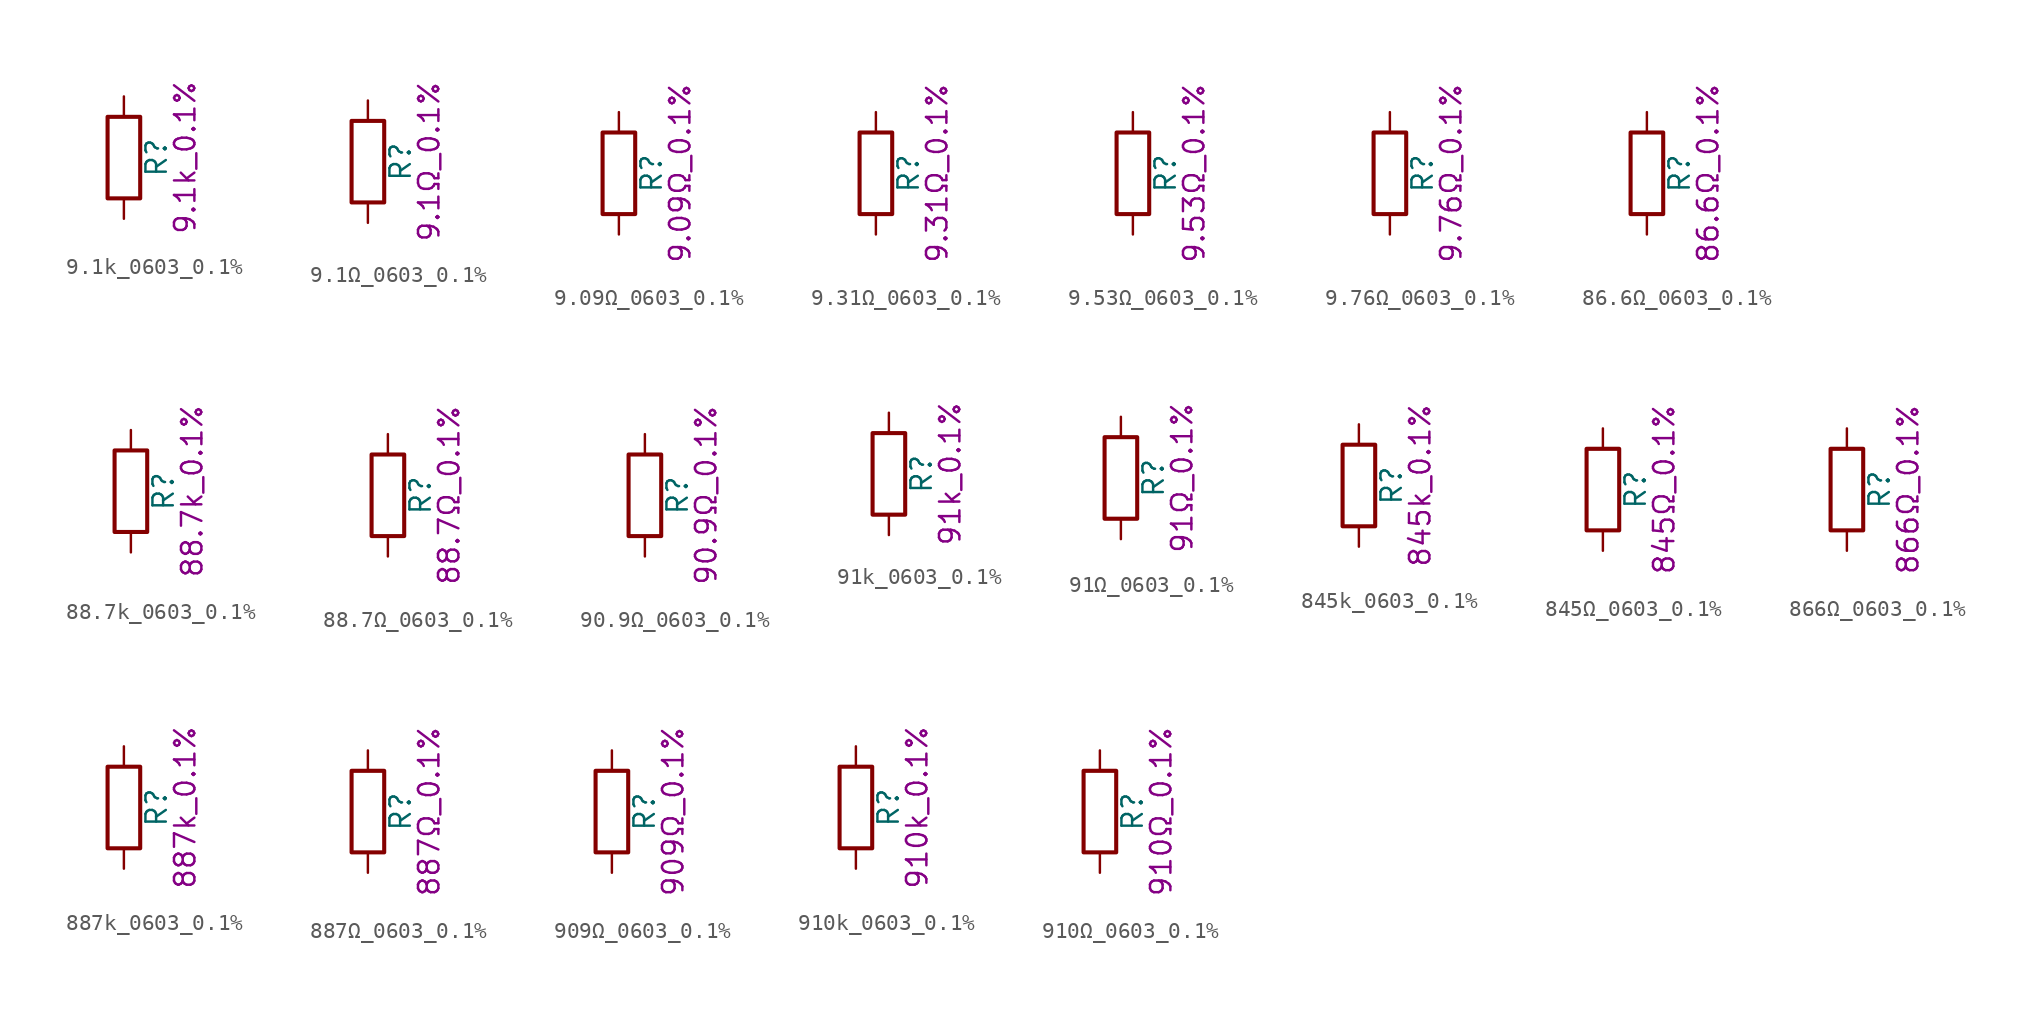
<source format=kicad_sym>
(kicad_symbol_lib
  (version 20211014)
  (generator kicad_symbol_editor)
  (symbol "9.1k_0603_0.1%"
    (pin_numbers hide)
    (pin_names
      (offset 0))
    (property "Reference" "R"
      (at 2.032 0 90)
      (effects (font (size 1.27 1.27))))
    (property "Display" "9.1k_0.1%"
      (at 3.81 0 90)
      (effects (font (size 1.27 1.27))))
    (symbol "9.1k_0603_0.1%_0_1"
      (rectangle (start -1.016 -2.54) (end 1.016 2.54) (stroke (width 0.254) (type default) (color 0 0 0 0)) (fill (type none))))
    (symbol "9.1k_0603_0.1%_1_1"
      (pin passive line (at 0 3.81 270) (length 1.27) (name "~" (effects (font (size 1.27 1.27)))) (number "1" (effects (font (size 1.27 1.27)))))
      (pin passive line (at 0 -3.81 90) (length 1.27) (name "~" (effects (font (size 1.27 1.27)))) (number "2" (effects (font (size 1.27 1.27)))))))
  (symbol "9.1Ω_0603_0.1%"
    (pin_numbers hide)
    (pin_names
      (offset 0))
    (property "Reference" "R"
      (at 2.032 0 90)
      (effects (font (size 1.27 1.27))))
    (property "Display" "9.1Ω_0.1%"
      (at 3.81 0 90)
      (effects (font (size 1.27 1.27))))
    (symbol "9.1Ω_0603_0.1%_0_1"
      (rectangle (start -1.016 -2.54) (end 1.016 2.54) (stroke (width 0.254) (type default) (color 0 0 0 0)) (fill (type none))))
    (symbol "9.1Ω_0603_0.1%_1_1"
      (pin passive line (at 0 3.81 270) (length 1.27) (name "~" (effects (font (size 1.27 1.27)))) (number "1" (effects (font (size 1.27 1.27)))))
      (pin passive line (at 0 -3.81 90) (length 1.27) (name "~" (effects (font (size 1.27 1.27)))) (number "2" (effects (font (size 1.27 1.27)))))))
  (symbol "9.09Ω_0603_0.1%"
    (pin_numbers hide)
    (pin_names
      (offset 0))
    (property "Reference" "R"
      (at 2.032 0 90)
      (effects (font (size 1.27 1.27))))
    (property "Display" "9.09Ω_0.1%"
      (at 3.81 0 90)
      (effects (font (size 1.27 1.27))))
    (symbol "9.09Ω_0603_0.1%_0_1"
      (rectangle (start -1.016 -2.54) (end 1.016 2.54) (stroke (width 0.254) (type default) (color 0 0 0 0)) (fill (type none))))
    (symbol "9.09Ω_0603_0.1%_1_1"
      (pin passive line (at 0 3.81 270) (length 1.27) (name "~" (effects (font (size 1.27 1.27)))) (number "1" (effects (font (size 1.27 1.27)))))
      (pin passive line (at 0 -3.81 90) (length 1.27) (name "~" (effects (font (size 1.27 1.27)))) (number "2" (effects (font (size 1.27 1.27)))))))
  (symbol "9.31Ω_0603_0.1%"
    (pin_numbers hide)
    (pin_names
      (offset 0))
    (property "Reference" "R"
      (at 2.032 0 90)
      (effects (font (size 1.27 1.27))))
    (property "Display" "9.31Ω_0.1%"
      (at 3.81 0 90)
      (effects (font (size 1.27 1.27))))
    (symbol "9.31Ω_0603_0.1%_0_1"
      (rectangle (start -1.016 -2.54) (end 1.016 2.54) (stroke (width 0.254) (type default) (color 0 0 0 0)) (fill (type none))))
    (symbol "9.31Ω_0603_0.1%_1_1"
      (pin passive line (at 0 3.81 270) (length 1.27) (name "~" (effects (font (size 1.27 1.27)))) (number "1" (effects (font (size 1.27 1.27)))))
      (pin passive line (at 0 -3.81 90) (length 1.27) (name "~" (effects (font (size 1.27 1.27)))) (number "2" (effects (font (size 1.27 1.27)))))))
  (symbol "9.53Ω_0603_0.1%"
    (pin_numbers hide)
    (pin_names
      (offset 0))
    (property "Reference" "R"
      (at 2.032 0 90)
      (effects (font (size 1.27 1.27))))
    (property "Display" "9.53Ω_0.1%"
      (at 3.81 0 90)
      (effects (font (size 1.27 1.27))))
    (symbol "9.53Ω_0603_0.1%_0_1"
      (rectangle (start -1.016 -2.54) (end 1.016 2.54) (stroke (width 0.254) (type default) (color 0 0 0 0)) (fill (type none))))
    (symbol "9.53Ω_0603_0.1%_1_1"
      (pin passive line (at 0 3.81 270) (length 1.27) (name "~" (effects (font (size 1.27 1.27)))) (number "1" (effects (font (size 1.27 1.27)))))
      (pin passive line (at 0 -3.81 90) (length 1.27) (name "~" (effects (font (size 1.27 1.27)))) (number "2" (effects (font (size 1.27 1.27)))))))
  (symbol "9.76Ω_0603_0.1%"
    (pin_numbers hide)
    (pin_names
      (offset 0))
    (property "Reference" "R"
      (at 2.032 0 90)
      (effects (font (size 1.27 1.27))))
    (property "Display" "9.76Ω_0.1%"
      (at 3.81 0 90)
      (effects (font (size 1.27 1.27))))
    (symbol "9.76Ω_0603_0.1%_0_1"
      (rectangle (start -1.016 -2.54) (end 1.016 2.54) (stroke (width 0.254) (type default) (color 0 0 0 0)) (fill (type none))))
    (symbol "9.76Ω_0603_0.1%_1_1"
      (pin passive line (at 0 3.81 270) (length 1.27) (name "~" (effects (font (size 1.27 1.27)))) (number "1" (effects (font (size 1.27 1.27)))))
      (pin passive line (at 0 -3.81 90) (length 1.27) (name "~" (effects (font (size 1.27 1.27)))) (number "2" (effects (font (size 1.27 1.27)))))))
  (symbol "86.6Ω_0603_0.1%"
    (pin_numbers hide)
    (pin_names
      (offset 0))
    (property "Reference" "R"
      (at 2.032 0 90)
      (effects (font (size 1.27 1.27))))
    (property "Display" "86.6Ω_0.1%"
      (at 3.81 0 90)
      (effects (font (size 1.27 1.27))))
    (symbol "86.6Ω_0603_0.1%_0_1"
      (rectangle (start -1.016 -2.54) (end 1.016 2.54) (stroke (width 0.254) (type default) (color 0 0 0 0)) (fill (type none))))
    (symbol "86.6Ω_0603_0.1%_1_1"
      (pin passive line (at 0 3.81 270) (length 1.27) (name "~" (effects (font (size 1.27 1.27)))) (number "1" (effects (font (size 1.27 1.27)))))
      (pin passive line (at 0 -3.81 90) (length 1.27) (name "~" (effects (font (size 1.27 1.27)))) (number "2" (effects (font (size 1.27 1.27)))))))
  (symbol "88.7k_0603_0.1%"
    (pin_numbers hide)
    (pin_names
      (offset 0))
    (property "Reference" "R"
      (at 2.032 0 90)
      (effects (font (size 1.27 1.27))))
    (property "Display" "88.7k_0.1%"
      (at 3.81 0 90)
      (effects (font (size 1.27 1.27))))
    (symbol "88.7k_0603_0.1%_0_1"
      (rectangle (start -1.016 -2.54) (end 1.016 2.54) (stroke (width 0.254) (type default) (color 0 0 0 0)) (fill (type none))))
    (symbol "88.7k_0603_0.1%_1_1"
      (pin passive line (at 0 3.81 270) (length 1.27) (name "~" (effects (font (size 1.27 1.27)))) (number "1" (effects (font (size 1.27 1.27)))))
      (pin passive line (at 0 -3.81 90) (length 1.27) (name "~" (effects (font (size 1.27 1.27)))) (number "2" (effects (font (size 1.27 1.27)))))))
  (symbol "88.7Ω_0603_0.1%"
    (pin_numbers hide)
    (pin_names
      (offset 0))
    (property "Reference" "R"
      (at 2.032 0 90)
      (effects (font (size 1.27 1.27))))
    (property "Display" "88.7Ω_0.1%"
      (at 3.81 0 90)
      (effects (font (size 1.27 1.27))))
    (symbol "88.7Ω_0603_0.1%_0_1"
      (rectangle (start -1.016 -2.54) (end 1.016 2.54) (stroke (width 0.254) (type default) (color 0 0 0 0)) (fill (type none))))
    (symbol "88.7Ω_0603_0.1%_1_1"
      (pin passive line (at 0 3.81 270) (length 1.27) (name "~" (effects (font (size 1.27 1.27)))) (number "1" (effects (font (size 1.27 1.27)))))
      (pin passive line (at 0 -3.81 90) (length 1.27) (name "~" (effects (font (size 1.27 1.27)))) (number "2" (effects (font (size 1.27 1.27)))))))
  (symbol "90.9Ω_0603_0.1%"
    (pin_numbers hide)
    (pin_names
      (offset 0))
    (property "Reference" "R"
      (at 2.032 0 90)
      (effects (font (size 1.27 1.27))))
    (property "Display" "90.9Ω_0.1%"
      (at 3.81 0 90)
      (effects (font (size 1.27 1.27))))
    (symbol "90.9Ω_0603_0.1%_0_1"
      (rectangle (start -1.016 -2.54) (end 1.016 2.54) (stroke (width 0.254) (type default) (color 0 0 0 0)) (fill (type none))))
    (symbol "90.9Ω_0603_0.1%_1_1"
      (pin passive line (at 0 3.81 270) (length 1.27) (name "~" (effects (font (size 1.27 1.27)))) (number "1" (effects (font (size 1.27 1.27)))))
      (pin passive line (at 0 -3.81 90) (length 1.27) (name "~" (effects (font (size 1.27 1.27)))) (number "2" (effects (font (size 1.27 1.27)))))))
  (symbol "91k_0603_0.1%"
    (pin_numbers hide)
    (pin_names
      (offset 0))
    (property "Reference" "R"
      (at 2.032 0 90)
      (effects (font (size 1.27 1.27))))
    (property "Display" "91k_0.1%"
      (at 3.81 0 90)
      (effects (font (size 1.27 1.27))))
    (symbol "91k_0603_0.1%_0_1"
      (rectangle (start -1.016 -2.54) (end 1.016 2.54) (stroke (width 0.254) (type default) (color 0 0 0 0)) (fill (type none))))
    (symbol "91k_0603_0.1%_1_1"
      (pin passive line (at 0 3.81 270) (length 1.27) (name "~" (effects (font (size 1.27 1.27)))) (number "1" (effects (font (size 1.27 1.27)))))
      (pin passive line (at 0 -3.81 90) (length 1.27) (name "~" (effects (font (size 1.27 1.27)))) (number "2" (effects (font (size 1.27 1.27)))))))
  (symbol "91Ω_0603_0.1%"
    (pin_numbers hide)
    (pin_names
      (offset 0))
    (property "Reference" "R"
      (at 2.032 0 90)
      (effects (font (size 1.27 1.27))))
    (property "Display" "91Ω_0.1%"
      (at 3.81 0 90)
      (effects (font (size 1.27 1.27))))
    (symbol "91Ω_0603_0.1%_0_1"
      (rectangle (start -1.016 -2.54) (end 1.016 2.54) (stroke (width 0.254) (type default) (color 0 0 0 0)) (fill (type none))))
    (symbol "91Ω_0603_0.1%_1_1"
      (pin passive line (at 0 3.81 270) (length 1.27) (name "~" (effects (font (size 1.27 1.27)))) (number "1" (effects (font (size 1.27 1.27)))))
      (pin passive line (at 0 -3.81 90) (length 1.27) (name "~" (effects (font (size 1.27 1.27)))) (number "2" (effects (font (size 1.27 1.27)))))))
  (symbol "845k_0603_0.1%"
    (pin_numbers hide)
    (pin_names
      (offset 0))
    (property "Reference" "R"
      (at 2.032 0 90)
      (effects (font (size 1.27 1.27))))
    (property "Display" "845k_0.1%"
      (at 3.81 0 90)
      (effects (font (size 1.27 1.27))))
    (symbol "845k_0603_0.1%_0_1"
      (rectangle (start -1.016 -2.54) (end 1.016 2.54) (stroke (width 0.254) (type default) (color 0 0 0 0)) (fill (type none))))
    (symbol "845k_0603_0.1%_1_1"
      (pin passive line (at 0 3.81 270) (length 1.27) (name "~" (effects (font (size 1.27 1.27)))) (number "1" (effects (font (size 1.27 1.27)))))
      (pin passive line (at 0 -3.81 90) (length 1.27) (name "~" (effects (font (size 1.27 1.27)))) (number "2" (effects (font (size 1.27 1.27)))))))
  (symbol "845Ω_0603_0.1%"
    (pin_numbers hide)
    (pin_names
      (offset 0))
    (property "Reference" "R"
      (at 2.032 0 90)
      (effects (font (size 1.27 1.27))))
    (property "Display" "845Ω_0.1%"
      (at 3.81 0 90)
      (effects (font (size 1.27 1.27))))
    (symbol "845Ω_0603_0.1%_0_1"
      (rectangle (start -1.016 -2.54) (end 1.016 2.54) (stroke (width 0.254) (type default) (color 0 0 0 0)) (fill (type none))))
    (symbol "845Ω_0603_0.1%_1_1"
      (pin passive line (at 0 3.81 270) (length 1.27) (name "~" (effects (font (size 1.27 1.27)))) (number "1" (effects (font (size 1.27 1.27)))))
      (pin passive line (at 0 -3.81 90) (length 1.27) (name "~" (effects (font (size 1.27 1.27)))) (number "2" (effects (font (size 1.27 1.27)))))))
  (symbol "866Ω_0603_0.1%"
    (pin_numbers hide)
    (pin_names
      (offset 0))
    (property "Reference" "R"
      (at 2.032 0 90)
      (effects (font (size 1.27 1.27))))
    (property "Display" "866Ω_0.1%"
      (at 3.81 0 90)
      (effects (font (size 1.27 1.27))))
    (symbol "866Ω_0603_0.1%_0_1"
      (rectangle (start -1.016 -2.54) (end 1.016 2.54) (stroke (width 0.254) (type default) (color 0 0 0 0)) (fill (type none))))
    (symbol "866Ω_0603_0.1%_1_1"
      (pin passive line (at 0 3.81 270) (length 1.27) (name "~" (effects (font (size 1.27 1.27)))) (number "1" (effects (font (size 1.27 1.27)))))
      (pin passive line (at 0 -3.81 90) (length 1.27) (name "~" (effects (font (size 1.27 1.27)))) (number "2" (effects (font (size 1.27 1.27)))))))
  (symbol "887k_0603_0.1%"
    (pin_numbers hide)
    (pin_names
      (offset 0))
    (property "Reference" "R"
      (at 2.032 0 90)
      (effects (font (size 1.27 1.27))))
    (property "Display" "887k_0.1%"
      (at 3.81 0 90)
      (effects (font (size 1.27 1.27))))
    (symbol "887k_0603_0.1%_0_1"
      (rectangle (start -1.016 -2.54) (end 1.016 2.54) (stroke (width 0.254) (type default) (color 0 0 0 0)) (fill (type none))))
    (symbol "887k_0603_0.1%_1_1"
      (pin passive line (at 0 3.81 270) (length 1.27) (name "~" (effects (font (size 1.27 1.27)))) (number "1" (effects (font (size 1.27 1.27)))))
      (pin passive line (at 0 -3.81 90) (length 1.27) (name "~" (effects (font (size 1.27 1.27)))) (number "2" (effects (font (size 1.27 1.27)))))))
  (symbol "887Ω_0603_0.1%"
    (pin_numbers hide)
    (pin_names
      (offset 0))
    (property "Reference" "R"
      (at 2.032 0 90)
      (effects (font (size 1.27 1.27))))
    (property "Display" "887Ω_0.1%"
      (at 3.81 0 90)
      (effects (font (size 1.27 1.27))))
    (symbol "887Ω_0603_0.1%_0_1"
      (rectangle (start -1.016 -2.54) (end 1.016 2.54) (stroke (width 0.254) (type default) (color 0 0 0 0)) (fill (type none))))
    (symbol "887Ω_0603_0.1%_1_1"
      (pin passive line (at 0 3.81 270) (length 1.27) (name "~" (effects (font (size 1.27 1.27)))) (number "1" (effects (font (size 1.27 1.27)))))
      (pin passive line (at 0 -3.81 90) (length 1.27) (name "~" (effects (font (size 1.27 1.27)))) (number "2" (effects (font (size 1.27 1.27)))))))
  (symbol "909Ω_0603_0.1%"
    (pin_numbers hide)
    (pin_names
      (offset 0))
    (property "Reference" "R"
      (at 2.032 0 90)
      (effects (font (size 1.27 1.27))))
    (property "Display" "909Ω_0.1%"
      (at 3.81 0 90)
      (effects (font (size 1.27 1.27))))
    (symbol "909Ω_0603_0.1%_0_1"
      (rectangle (start -1.016 -2.54) (end 1.016 2.54) (stroke (width 0.254) (type default) (color 0 0 0 0)) (fill (type none))))
    (symbol "909Ω_0603_0.1%_1_1"
      (pin passive line (at 0 3.81 270) (length 1.27) (name "~" (effects (font (size 1.27 1.27)))) (number "1" (effects (font (size 1.27 1.27)))))
      (pin passive line (at 0 -3.81 90) (length 1.27) (name "~" (effects (font (size 1.27 1.27)))) (number "2" (effects (font (size 1.27 1.27)))))))
  (symbol "910k_0603_0.1%"
    (pin_numbers hide)
    (pin_names
      (offset 0))
    (property "Reference" "R"
      (at 2.032 0 90)
      (effects (font (size 1.27 1.27))))
    (property "Display" "910k_0.1%"
      (at 3.81 0 90)
      (effects (font (size 1.27 1.27))))
    (symbol "910k_0603_0.1%_0_1"
      (rectangle (start -1.016 -2.54) (end 1.016 2.54) (stroke (width 0.254) (type default) (color 0 0 0 0)) (fill (type none))))
    (symbol "910k_0603_0.1%_1_1"
      (pin passive line (at 0 3.81 270) (length 1.27) (name "~" (effects (font (size 1.27 1.27)))) (number "1" (effects (font (size 1.27 1.27)))))
      (pin passive line (at 0 -3.81 90) (length 1.27) (name "~" (effects (font (size 1.27 1.27)))) (number "2" (effects (font (size 1.27 1.27)))))))
  (symbol "910Ω_0603_0.1%"
    (pin_numbers hide)
    (pin_names
      (offset 0))
    (property "Reference" "R"
      (at 2.032 0 90)
      (effects (font (size 1.27 1.27))))
    (property "Display" "910Ω_0.1%"
      (at 3.81 0 90)
      (effects (font (size 1.27 1.27))))
    (symbol "910Ω_0603_0.1%_0_1"
      (rectangle (start -1.016 -2.54) (end 1.016 2.54) (stroke (width 0.254) (type default) (color 0 0 0 0)) (fill (type none))))
    (symbol "910Ω_0603_0.1%_1_1"
      (pin passive line (at 0 3.81 270) (length 1.27) (name "~" (effects (font (size 1.27 1.27)))) (number "1" (effects (font (size 1.27 1.27)))))
      (pin passive line (at 0 -3.81 90) (length 1.27) (name "~" (effects (font (size 1.27 1.27)))) (number "2" (effects (font (size 1.27 1.27))))))))
</source>
